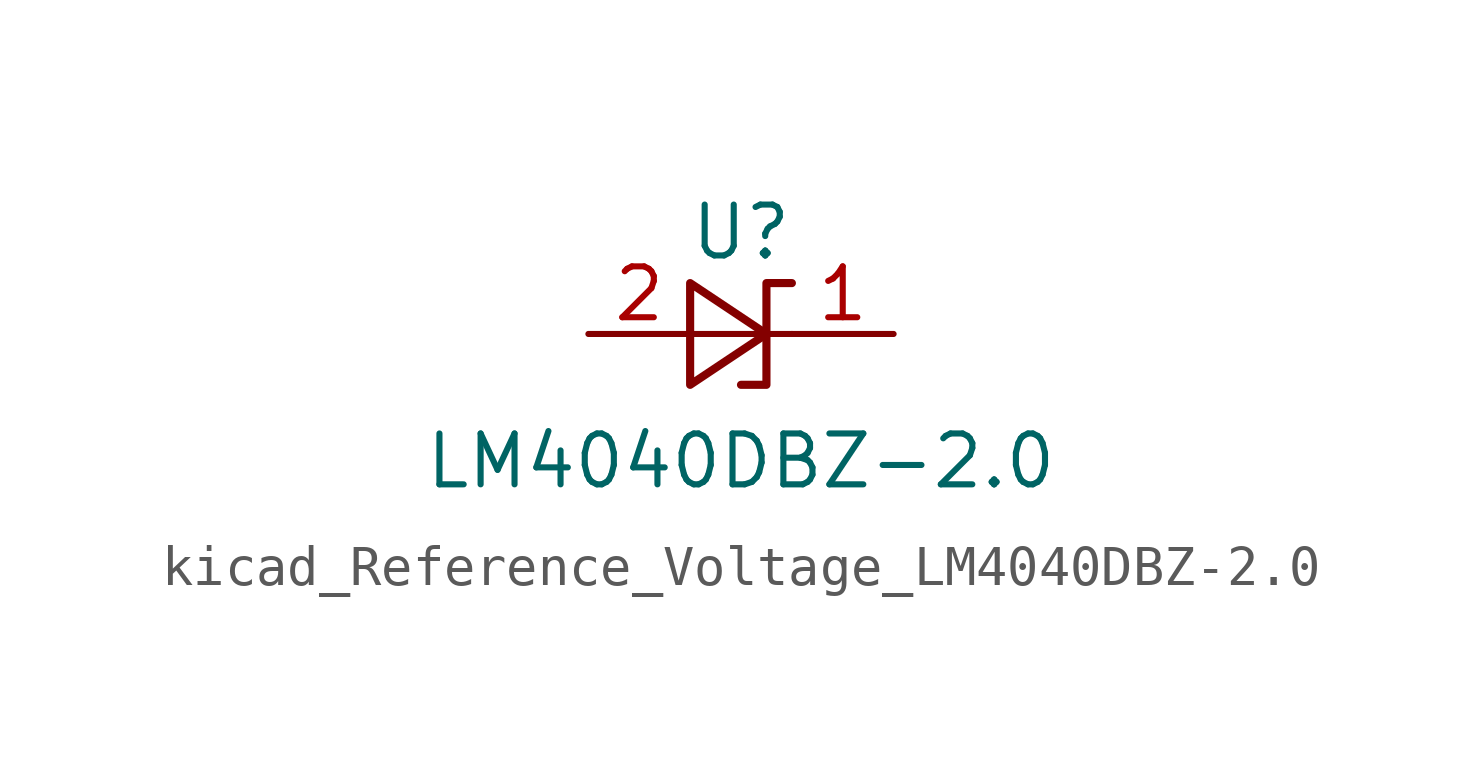
<source format=kicad_sym>
(kicad_symbol_lib
  (version 20220914)
  (generator kicad_symbol_editor)
  (symbol "kicad_Reference_Voltage_LM4040DBZ-2.0"
    (pin_names
      (offset 0.025) hide)
    (property "Reference" "U"
      (at 0 2.54 0)
      (effects (font (size 1.27 1.27))))
    (property "Value" "LM4040DBZ-2.0"
      (at 0 -3.175 0)
      (effects (font (size 1.27 1.27))))
    (symbol "kicad_Reference_Voltage_LM4040DBZ-2.0_0_1"
      (polyline (pts (xy -1.27 0) (xy 0 0) (xy 1.27 0)) (stroke (width 0) (type default)) (fill (type none)))
      (polyline (pts (xy -1.27 -1.27) (xy 0.635 0) (xy -1.27 1.27) (xy -1.27 -1.27)) (stroke (width 0.203) (type default)) (fill (type none)))
      (polyline (pts (xy 0 -1.27) (xy 0.635 -1.27) (xy 0.635 1.27) (xy 1.27 1.27)) (stroke (width 0.203) (type default)) (fill (type none))))
    (symbol "kicad_Reference_Voltage_LM4040DBZ-2.0_1_1"
      (pin passive line (at 3.81 0 180) (length 2.54) (name "K" (effects (font (size 1.27 1.27)))) (number "1" (effects (font (size 1.27 1.27)))))
      (pin passive line (at -3.81 0 0) (length 2.54) (name "A" (effects (font (size 1.27 1.27)))) (number "2" (effects (font (size 1.27 1.27))))))))
</source>
